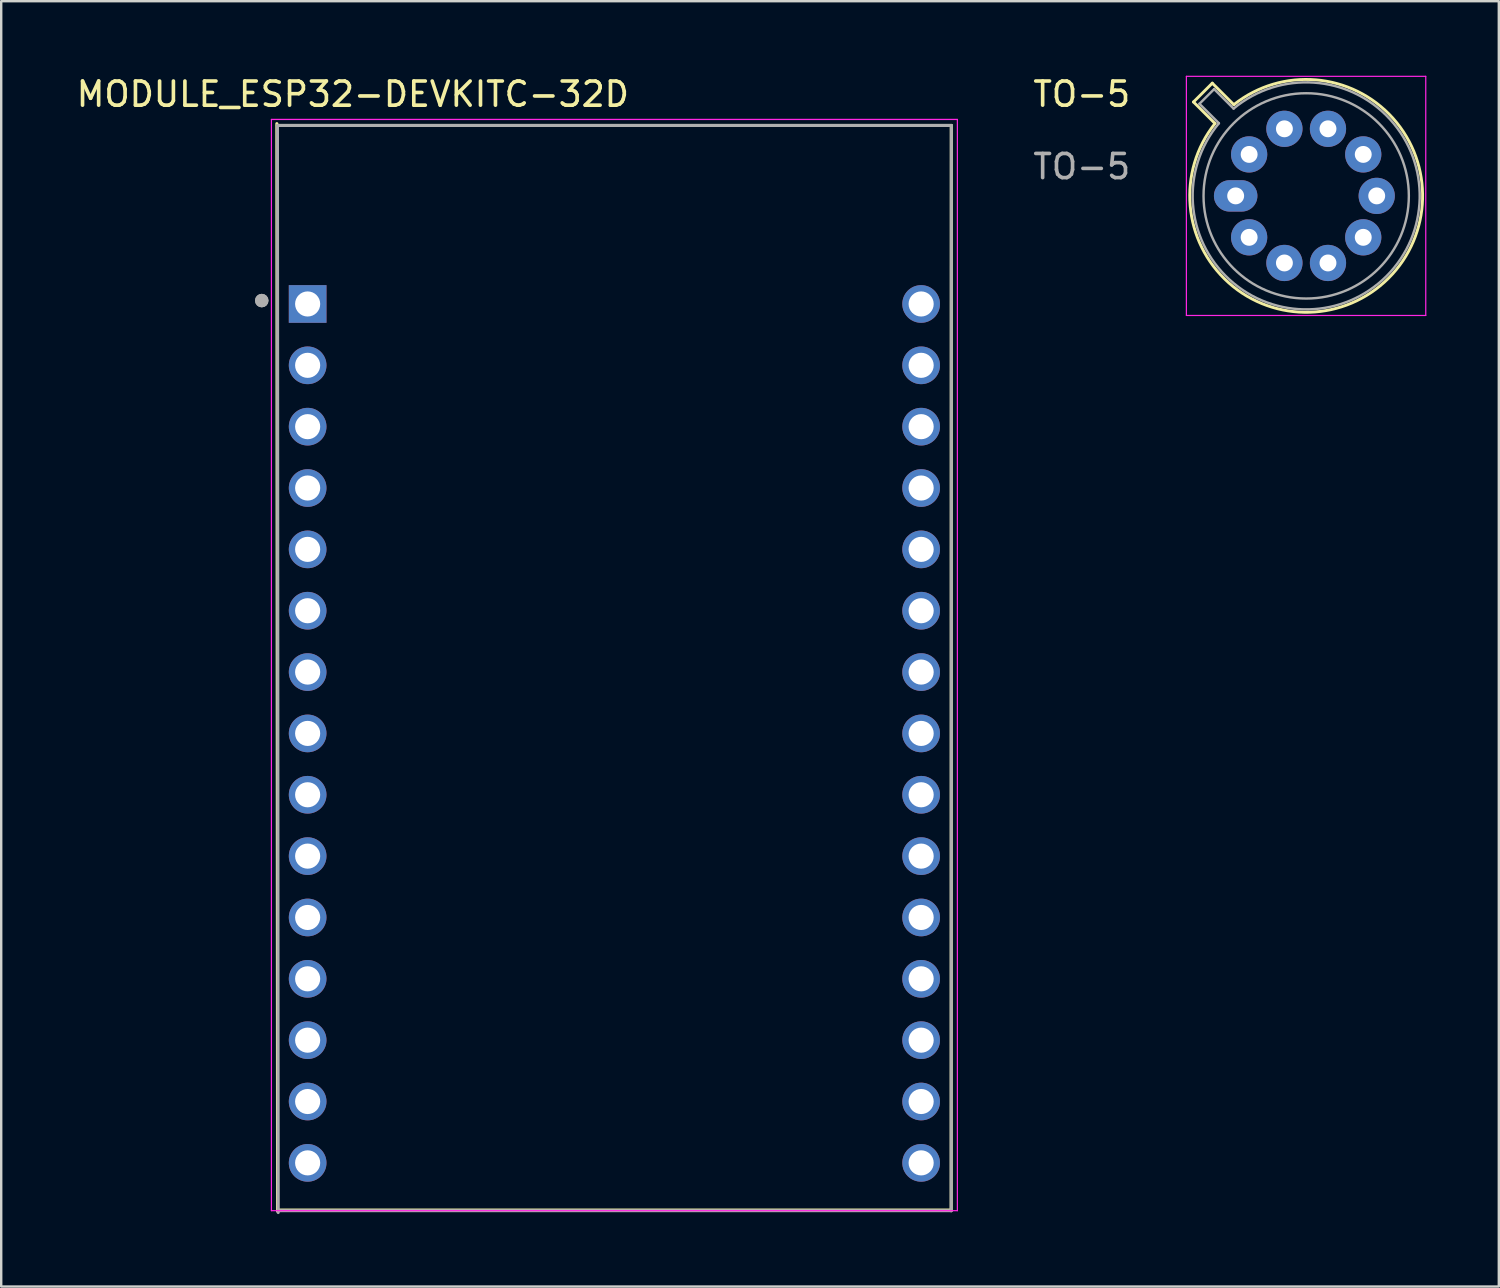
<source format=kicad_pcb>
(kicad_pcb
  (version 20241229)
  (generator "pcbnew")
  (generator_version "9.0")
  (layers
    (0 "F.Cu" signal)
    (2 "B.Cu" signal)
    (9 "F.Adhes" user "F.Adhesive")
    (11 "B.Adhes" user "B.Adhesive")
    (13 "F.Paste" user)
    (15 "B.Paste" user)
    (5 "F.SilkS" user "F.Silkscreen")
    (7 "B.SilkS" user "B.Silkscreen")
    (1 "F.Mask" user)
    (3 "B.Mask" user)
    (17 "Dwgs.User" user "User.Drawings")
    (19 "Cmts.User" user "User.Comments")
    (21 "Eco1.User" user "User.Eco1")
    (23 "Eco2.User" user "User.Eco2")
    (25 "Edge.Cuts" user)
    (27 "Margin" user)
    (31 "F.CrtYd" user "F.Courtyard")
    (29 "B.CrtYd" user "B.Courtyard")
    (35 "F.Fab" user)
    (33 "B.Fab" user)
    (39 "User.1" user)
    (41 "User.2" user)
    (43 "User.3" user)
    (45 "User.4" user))
  (footprint "TO-5"
    (layer "F.Cu")
    (at 49.357 5.928)
    (property "Reference" "TO-5" (at -7.62 -5.08 0) (unlocked yes) (layer "F.SilkS") (effects (font (size 1 1) (thickness 0.15))))
    (attr through_hole)
    (fp_line (start -2.994 -4.756) (end -2.103 -3.865) (stroke (width 0.12) (type solid)) (layer "F.SilkS"))
    (fp_line (start -2.216 -5.534) (end -2.994 -4.756) (stroke (width 0.12) (type solid)) (layer "F.SilkS"))
    (fp_line (start -1.325 -4.643) (end -2.216 -5.534) (stroke (width 0.12) (type solid)) (layer "F.SilkS"))
    (fp_arc (start -1.325209 -4.643286) (mid 5.08 2.54) (end -2.102799 -3.865755) (stroke (width 0.12) (type solid)) (layer "F.SilkS"))
    (fp_line (start -3.288 -5.818) (end -3.288 4.082) (stroke (width 0.05) (type solid)) (layer "F.CrtYd"))
    (fp_line (start -3.288 4.082) (end 6.622 4.082) (stroke (width 0.05) (type solid)) (layer "F.CrtYd"))
    (fp_line (start 6.622 -5.818) (end -3.288 -5.818) (stroke (width 0.05) (type solid)) (layer "F.CrtYd"))
    (fp_line (start 6.622 4.082) (end 6.622 -5.818) (stroke (width 0.05) (type solid)) (layer "F.CrtYd"))
    (fp_line (start -2.748 -4.68) (end -1.942 -3.874) (stroke (width 0.1) (type solid)) (layer "F.Fab"))
    (fp_line (start -2.14 -5.288) (end -2.748 -4.68) (stroke (width 0.1) (type solid)) (layer "F.Fab"))
    (fp_line (start -1.334 -4.482) (end -2.14 -5.288) (stroke (width 0.1) (type solid)) (layer "F.Fab"))
    (fp_arc (start -1.333533 -4.481904) (mid 4.995318 2.454977) (end -1.941719 -3.873703) (stroke (width 0.1) (type solid)) (layer "F.Fab"))
    (fp_circle (center 1.672 -0.868) (end 5.922 -0.868) (stroke (width 0.1) (type solid)) (fill no) (layer "F.Fab"))
    (fp_text user "${REFERENCE}" (at -7.62 -2.08 0) (unlocked yes) (layer "F.Fab") (effects (font (size 1 1) (thickness 0.15))))
    (pad "1" thru_hole oval (at -1.248 -0.868) (size 1.8 1.3) (drill 0.7) (layers "*.Cu" "*.Mask"))
    (pad "2" thru_hole oval (at -0.69 0.848) (size 1.5 1.5) (drill 0.7) (layers "*.Cu" "*.Mask"))
    (pad "3" thru_hole oval (at 0.77 1.909) (size 1.5 1.5) (drill 0.7) (layers "*.Cu" "*.Mask"))
    (pad "4" thru_hole oval (at 2.574 1.909) (size 1.5 1.5) (drill 0.7) (layers "*.Cu" "*.Mask"))
    (pad "5" thru_hole oval (at 4.034 0.848) (size 1.5 1.5) (drill 0.7) (layers "*.Cu" "*.Mask"))
    (pad "6" thru_hole oval (at 4.592 -0.868) (size 1.5 1.5) (drill 0.7) (layers "*.Cu" "*.Mask"))
    (pad "7" thru_hole oval (at 4.034 -2.585) (size 1.5 1.5) (drill 0.7) (layers "*.Cu" "*.Mask"))
    (pad "8" thru_hole oval (at 2.574 -3.645) (size 1.5 1.5) (drill 0.7) (layers "*.Cu" "*.Mask"))
    (pad "9" thru_hole oval (at 0.77 -3.645) (size 1.5 1.5) (drill 0.7) (layers "*.Cu" "*.Mask"))
    (pad "10" thru_hole oval (at -0.69 -2.585) (size 1.5 1.5) (drill 0.7) (layers "*.Cu" "*.Mask")))
  (footprint "MODULE_ESP32-DEVKITC-32D"
    (layer "F.Cu")
    (at 22.387 29.295)
    (property "Reference" "MODULE_ESP32-DEVKITC-32D" (at -10.829 -28.446 0) (layer "F.SilkS") (effects (font (size 1 1) (thickness 0.15))))
    (attr through_hole)
    (fp_line (start -13.95 -27.15) (end 13.95 -27.15) (stroke (width 0.127) (type solid)) (layer "F.SilkS"))
    (fp_line (start -13.945 17.805) (end -13.975 -27.226) (stroke (width 0.127) (type solid)) (layer "F.SilkS"))
    (fp_line (start 13.919 17.755) (end -13.945 17.755) (stroke (width 0.127) (type solid)) (layer "F.SilkS"))
    (fp_line (start 13.95 -27.15) (end 13.945 17.78) (stroke (width 0.127) (type solid)) (layer "F.SilkS"))
    (fp_line (start -14.2 -27.4) (end 14.2 -27.4) (stroke (width 0.05) (type solid)) (layer "F.CrtYd"))
    (fp_line (start -14.2 17.78) (end -14.2 -27.4) (stroke (width 0.05) (type solid)) (layer "F.CrtYd"))
    (fp_line (start 14.2 -27.4) (end 14.2 17.78) (stroke (width 0.05) (type solid)) (layer "F.CrtYd"))
    (fp_line (start 14.2 17.78) (end -14.2 17.78) (stroke (width 0.05) (type solid)) (layer "F.CrtYd"))
    (fp_line (start -13.95 -27.15) (end 13.95 -27.15) (stroke (width 0.127) (type solid)) (layer "F.Fab"))
    (fp_line (start -13.919 17.856) (end -13.95 -27.15) (stroke (width 0.127) (type solid)) (layer "F.Fab"))
    (fp_line (start 13.945 17.78) (end -13.919 17.78) (stroke (width 0.127) (type solid)) (layer "F.Fab"))
    (fp_line (start 13.95 -27.15) (end 13.945 17.78) (stroke (width 0.127) (type solid)) (layer "F.Fab"))
    (fp_circle (center -14.6 -19.9) (end -14.46 -19.9) (stroke (width 0.28) (type solid)) (fill no) (layer "F.Fab"))
    (fp_circle (center -14.6 -19.9) (end -14.46 -19.9) (stroke (width 0.28) (type solid)) (fill no) (layer "F.Fab"))
    (pad "1" thru_hole rect (at -12.7 -19.76) (size 1.56 1.56) (drill 1.04) (layers "*.Cu" "*.Mask"))
    (pad "2" thru_hole circle (at -12.7 -17.22) (size 1.56 1.56) (drill 1.04) (layers "*.Cu" "*.Mask"))
    (pad "3" thru_hole circle (at -12.7 -14.68) (size 1.56 1.56) (drill 1.04) (layers "*.Cu" "*.Mask"))
    (pad "4" thru_hole circle (at -12.7 -12.14) (size 1.56 1.56) (drill 1.04) (layers "*.Cu" "*.Mask"))
    (pad "5" thru_hole circle (at -12.7 -9.6) (size 1.56 1.56) (drill 1.04) (layers "*.Cu" "*.Mask"))
    (pad "6" thru_hole circle (at -12.7 -7.06) (size 1.56 1.56) (drill 1.04) (layers "*.Cu" "*.Mask"))
    (pad "7" thru_hole circle (at -12.7 -4.52) (size 1.56 1.56) (drill 1.04) (layers "*.Cu" "*.Mask"))
    (pad "8" thru_hole circle (at -12.7 -1.98) (size 1.56 1.56) (drill 1.04) (layers "*.Cu" "*.Mask"))
    (pad "9" thru_hole circle (at -12.7 0.56) (size 1.56 1.56) (drill 1.04) (layers "*.Cu" "*.Mask"))
    (pad "10" thru_hole circle (at -12.7 3.1) (size 1.56 1.56) (drill 1.04) (layers "*.Cu" "*.Mask"))
    (pad "11" thru_hole circle (at -12.7 5.64) (size 1.56 1.56) (drill 1.04) (layers "*.Cu" "*.Mask"))
    (pad "12" thru_hole circle (at -12.7 8.18) (size 1.56 1.56) (drill 1.04) (layers "*.Cu" "*.Mask"))
    (pad "13" thru_hole circle (at -12.7 10.72) (size 1.56 1.56) (drill 1.04) (layers "*.Cu" "*.Mask"))
    (pad "14" thru_hole circle (at -12.7 13.26) (size 1.56 1.56) (drill 1.04) (layers "*.Cu" "*.Mask"))
    (pad "15" thru_hole circle (at -12.7 15.8) (size 1.56 1.56) (drill 1.04) (layers "*.Cu" "*.Mask"))
    (pad "16" thru_hole circle (at 12.7 -19.76) (size 1.56 1.56) (drill 1.04) (layers "*.Cu" "*.Mask"))
    (pad "17" thru_hole circle (at 12.7 -17.22) (size 1.56 1.56) (drill 1.04) (layers "*.Cu" "*.Mask"))
    (pad "18" thru_hole circle (at 12.7 -14.68) (size 1.56 1.56) (drill 1.04) (layers "*.Cu" "*.Mask"))
    (pad "19" thru_hole circle (at 12.7 -12.14) (size 1.56 1.56) (drill 1.04) (layers "*.Cu" "*.Mask"))
    (pad "20" thru_hole circle (at 12.7 -9.6) (size 1.56 1.56) (drill 1.04) (layers "*.Cu" "*.Mask"))
    (pad "21" thru_hole circle (at 12.7 -7.06) (size 1.56 1.56) (drill 1.04) (layers "*.Cu" "*.Mask"))
    (pad "22" thru_hole circle (at 12.7 -4.52) (size 1.56 1.56) (drill 1.04) (layers "*.Cu" "*.Mask"))
    (pad "23" thru_hole circle (at 12.7 -1.98) (size 1.56 1.56) (drill 1.04) (layers "*.Cu" "*.Mask"))
    (pad "24" thru_hole circle (at 12.7 0.56) (size 1.56 1.56) (drill 1.04) (layers "*.Cu" "*.Mask"))
    (pad "25" thru_hole circle (at 12.7 3.1) (size 1.56 1.56) (drill 1.04) (layers "*.Cu" "*.Mask"))
    (pad "26" thru_hole circle (at 12.7 5.64) (size 1.56 1.56) (drill 1.04) (layers "*.Cu" "*.Mask"))
    (pad "27" thru_hole circle (at 12.7 8.18) (size 1.56 1.56) (drill 1.04) (layers "*.Cu" "*.Mask"))
    (pad "28" thru_hole circle (at 12.7 10.72) (size 1.56 1.56) (drill 1.04) (layers "*.Cu" "*.Mask"))
    (pad "29" thru_hole circle (at 12.7 13.26) (size 1.56 1.56) (drill 1.04) (layers "*.Cu" "*.Mask"))
    (pad "30" thru_hole circle (at 12.7 15.8) (size 1.56 1.56) (drill 1.04) (layers "*.Cu" "*.Mask")))
  (gr_rect
    (start -3 -3)
    (end 59.004 50.214)
    (stroke (width 0.1) (type default))
    (fill no)
    (layer "Edge.Cuts")))
</source>
